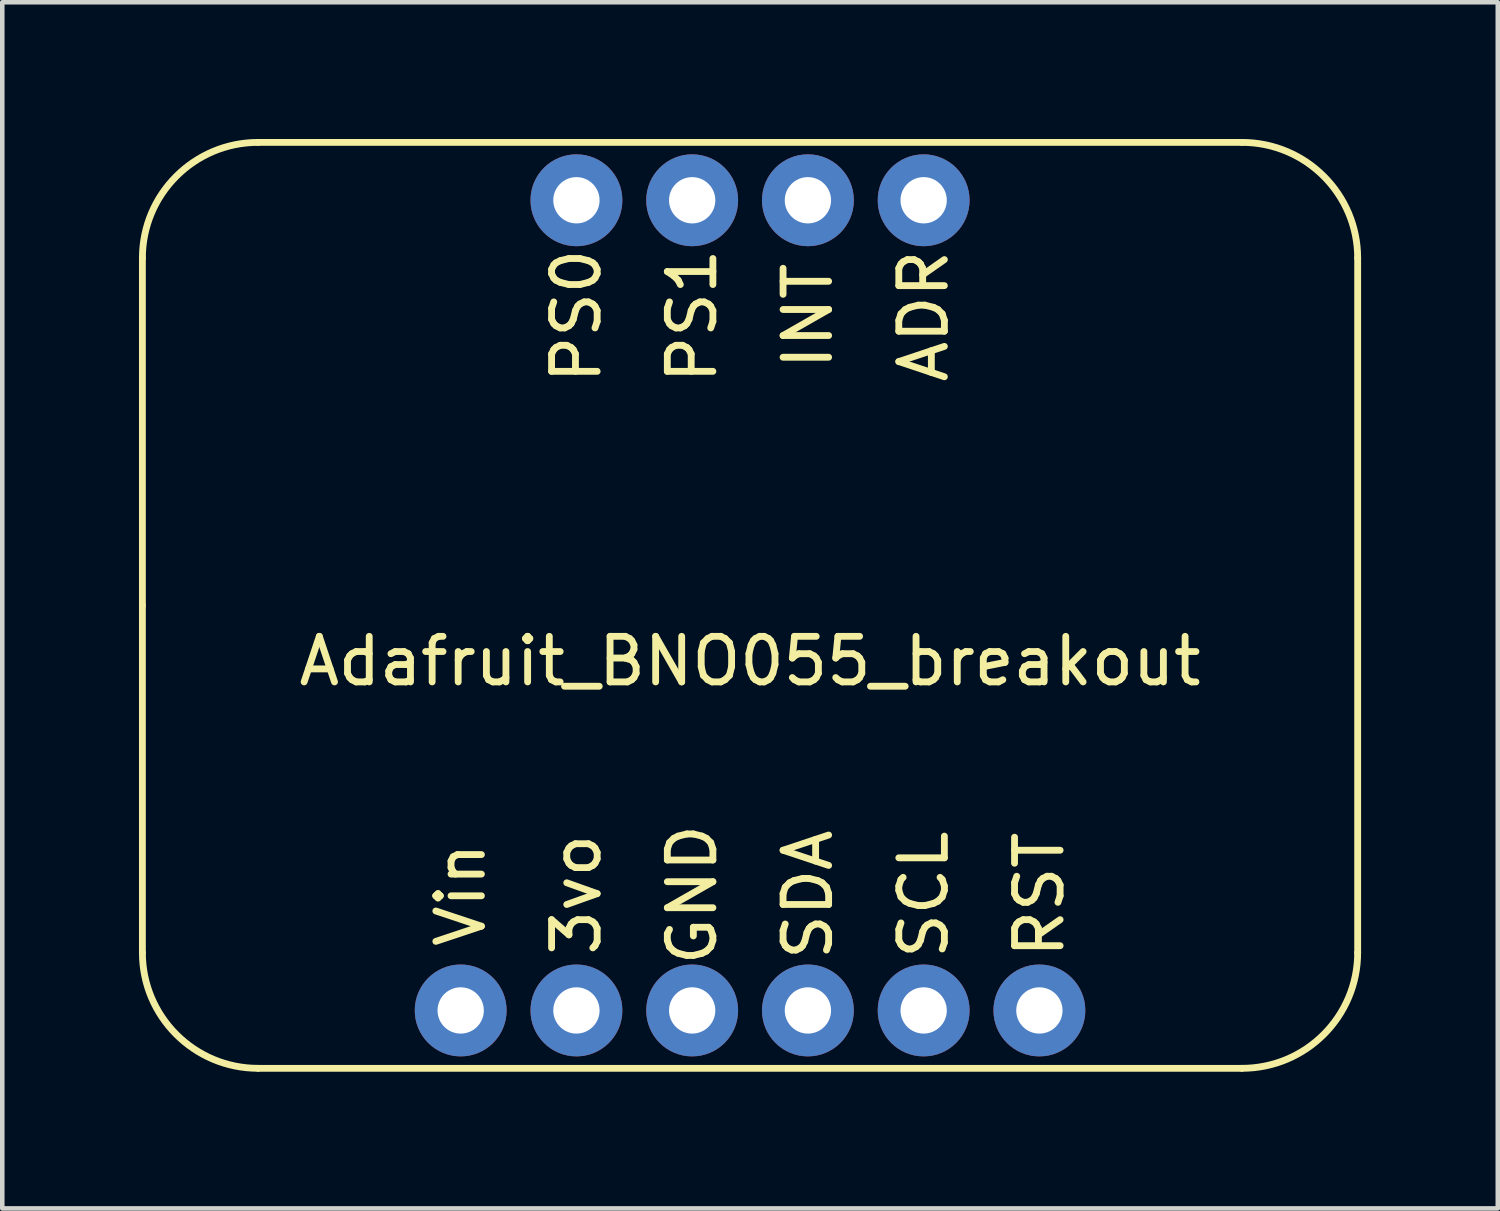
<source format=kicad_pcb>
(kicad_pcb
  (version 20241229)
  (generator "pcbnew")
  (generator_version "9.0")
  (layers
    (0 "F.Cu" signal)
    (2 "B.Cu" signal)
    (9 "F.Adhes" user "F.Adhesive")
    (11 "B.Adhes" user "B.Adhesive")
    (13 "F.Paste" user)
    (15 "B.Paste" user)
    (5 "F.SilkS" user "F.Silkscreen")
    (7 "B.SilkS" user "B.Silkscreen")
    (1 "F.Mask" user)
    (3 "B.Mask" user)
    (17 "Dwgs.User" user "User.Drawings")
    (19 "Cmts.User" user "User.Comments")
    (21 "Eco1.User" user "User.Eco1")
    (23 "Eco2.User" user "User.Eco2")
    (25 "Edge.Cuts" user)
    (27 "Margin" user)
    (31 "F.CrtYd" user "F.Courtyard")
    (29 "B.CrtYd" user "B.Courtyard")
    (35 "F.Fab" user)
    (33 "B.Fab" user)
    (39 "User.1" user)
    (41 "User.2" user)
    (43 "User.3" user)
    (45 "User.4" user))
  (footprint "Adafruit_BNO055_breakout"
    (layer "F.Cu")
    (at 13.41 10.235)
    (property "Reference" "Adafruit_BNO055_breakout" (at 0 1.225 0) (layer "F.SilkS") (effects (font (size 1 1) (thickness 0.15))))
    (attr through_hole)
    (fp_line (start -13.335 0) (end -13.335 -7.62) (stroke (width 0.15) (type solid)) (layer "F.SilkS"))
    (fp_line (start -13.335 7.62) (end -13.335 0) (stroke (width 0.15) (type solid)) (layer "F.SilkS"))
    (fp_line (start -10.795 -10.16) (end 10.795 -10.16) (stroke (width 0.15) (type solid)) (layer "F.SilkS"))
    (fp_line (start 10.795 10.16) (end -10.795 10.16) (stroke (width 0.15) (type solid)) (layer "F.SilkS"))
    (fp_line (start 13.335 -7.62) (end 13.335 7.62) (stroke (width 0.15) (type solid)) (layer "F.SilkS"))
    (fp_arc (start -13.335 -7.62) (mid -12.591051 -9.416051) (end -10.795 -10.16) (stroke (width 0.15) (type solid)) (layer "F.SilkS"))
    (fp_arc (start -10.795 10.16) (mid -12.591051 9.416051) (end -13.335 7.62) (stroke (width 0.15) (type solid)) (layer "F.SilkS"))
    (fp_arc (start 10.795 -10.16) (mid 12.591051 -9.416051) (end 13.335 -7.62) (stroke (width 0.15) (type solid)) (layer "F.SilkS"))
    (fp_arc (start 13.335 7.62) (mid 12.591051 9.416051) (end 10.795 10.16) (stroke (width 0.15) (type solid)) (layer "F.SilkS"))
    (fp_text user "ADR" (at 3.81 -6.35 90) (layer "F.SilkS") (effects (font (size 1 1) (thickness 0.15))))
    (fp_text user "Vin" (at -6.35 6.35 90) (layer "F.SilkS") (effects (font (size 1 1) (thickness 0.15))))
    (fp_text user "3vo" (at -3.81 6.35 90) (layer "F.SilkS") (effects (font (size 1 1) (thickness 0.15))))
    (fp_text user "INT" (at 1.27 -6.35 90) (layer "F.SilkS") (effects (font (size 1 1) (thickness 0.15))))
    (fp_text user "PS0" (at -3.81 -6.35 90) (layer "F.SilkS") (effects (font (size 1 1) (thickness 0.15))))
    (fp_text user "GND" (at -1.27 6.35 90) (layer "F.SilkS") (effects (font (size 1 1) (thickness 0.15))))
    (fp_text user "SCL" (at 3.81 6.35 90) (layer "F.SilkS") (effects (font (size 1 1) (thickness 0.15))))
    (fp_text user "RST" (at 6.35 6.35 90) (layer "F.SilkS") (effects (font (size 1 1) (thickness 0.15))))
    (fp_text user "PS1" (at -1.27 -6.35 90) (layer "F.SilkS") (effects (font (size 1 1) (thickness 0.15))))
    (fp_text user "SDA" (at 1.27 6.35 90) (layer "F.SilkS") (effects (font (size 1 1) (thickness 0.15))))
    (pad "1" thru_hole circle (at -3.81 -8.89) (size 2.016 2.016) (drill 1.016) (layers "*.Cu" "*.Mask"))
    (pad "2" thru_hole circle (at -1.27 -8.89) (size 2.016 2.016) (drill 1.016) (layers "*.Cu" "*.Mask"))
    (pad "3" thru_hole circle (at 1.27 -8.89) (size 2.016 2.016) (drill 1.016) (layers "*.Cu" "*.Mask"))
    (pad "4" thru_hole circle (at 3.81 -8.89) (size 2.016 2.016) (drill 1.016) (layers "*.Cu" "*.Mask"))
    (pad "5" thru_hole circle (at -6.35 8.89) (size 2.016 2.016) (drill 1.016) (layers "*.Cu" "*.Mask"))
    (pad "6" thru_hole circle (at -3.81 8.89) (size 2.016 2.016) (drill 1.016) (layers "*.Cu" "*.Mask"))
    (pad "7" thru_hole circle (at -1.27 8.89) (size 2.016 2.016) (drill 1.016) (layers "*.Cu" "*.Mask"))
    (pad "8" thru_hole circle (at 1.27 8.89) (size 2.016 2.016) (drill 1.016) (layers "*.Cu" "*.Mask"))
    (pad "9" thru_hole circle (at 3.81 8.89) (size 2.016 2.016) (drill 1.016) (layers "*.Cu" "*.Mask"))
    (pad "10" thru_hole circle (at 6.35 8.89) (size 2.016 2.016) (drill 1.016) (layers "*.Cu" "*.Mask")))
  (gr_rect
    (start -3 -3)
    (end 29.82 23.47)
    (stroke (width 0.1) (type default))
    (fill no)
    (layer "Edge.Cuts")))
</source>
